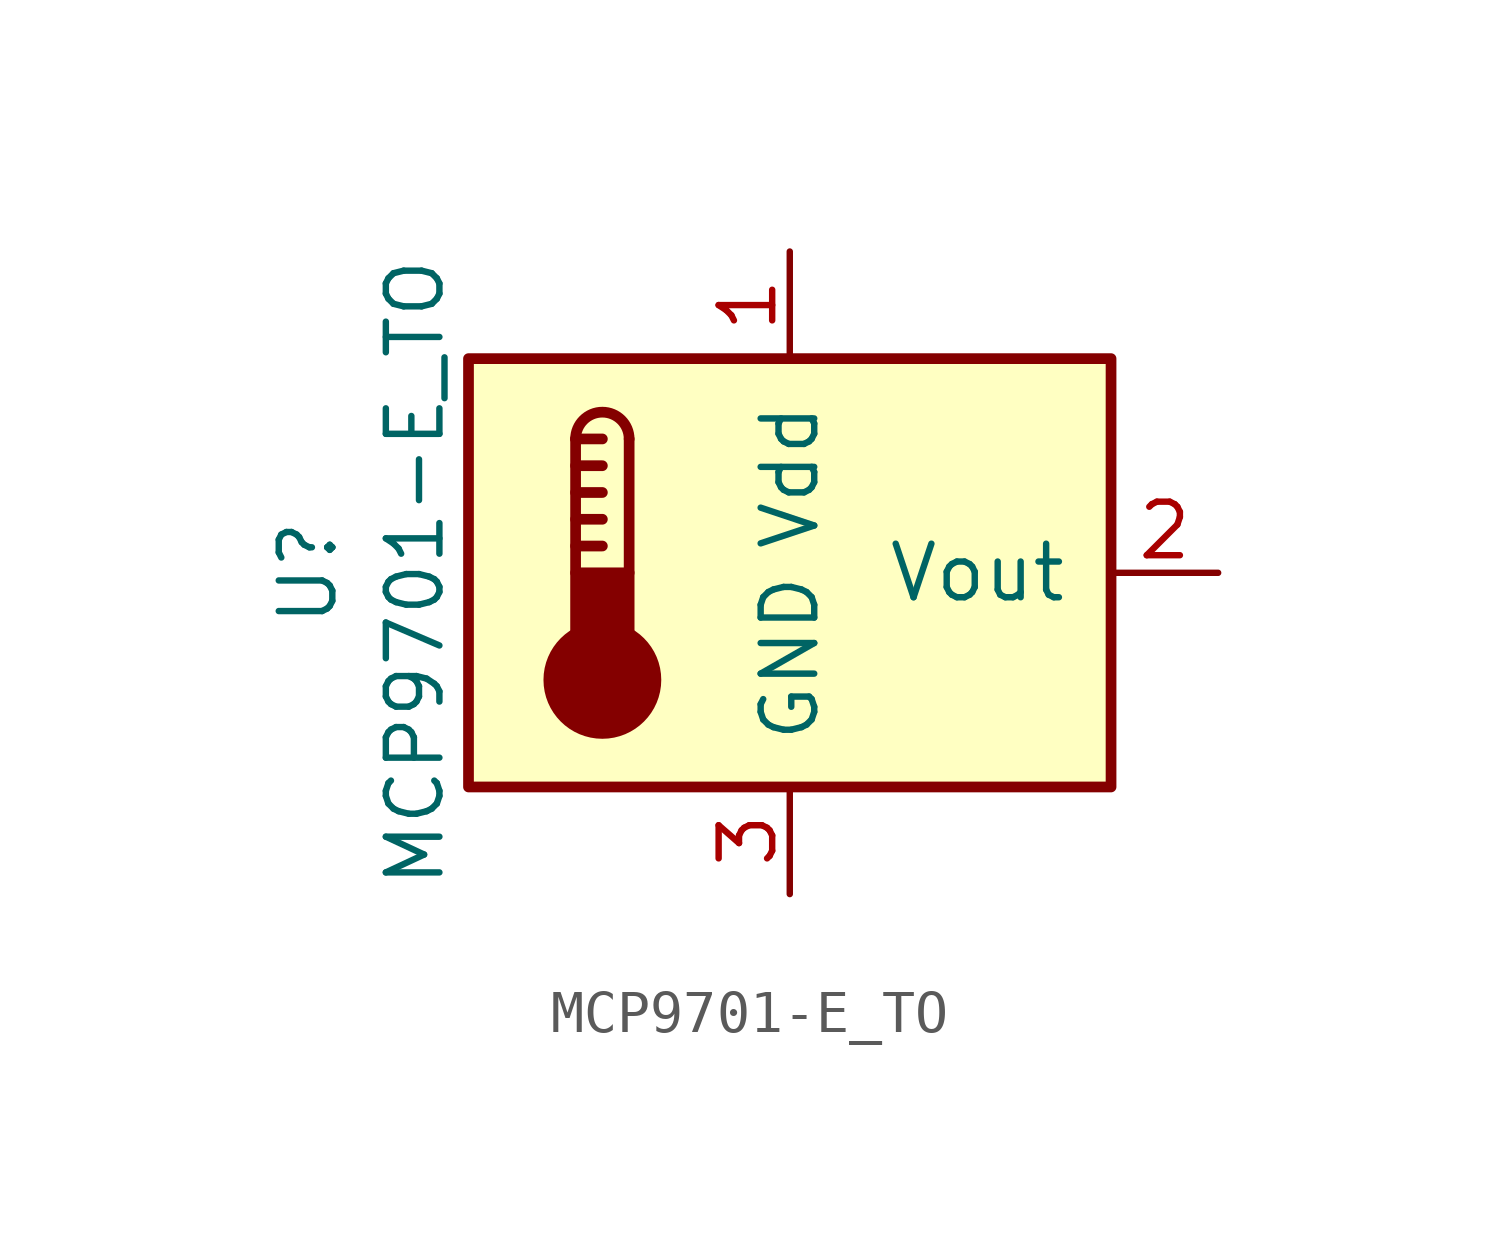
<source format=kicad_sym>
(kicad_symbol_lib
  (version 20211014)
  (generator kicad_symbol_editor)
  (symbol "MCP9701-E_TO"
    (pin_names
      (offset 1.016))
    (property "Reference" "U"
      (at -11.43 0 90)
      (effects (font (size 1.27 1.27))))
    (property "Value" "MCP9701-E_TO"
      (at -8.89 0 90)
      (effects (font (size 1.27 1.27))))
    (symbol "MCP9701-E_TO_1_1"
      (rectangle (start -7.62 5.08) (end 7.62 -5.08) (stroke (width 0.254) (type default) (color 0 0 0 0)) (fill (type background)))
      (circle (center -4.445 -2.54) (radius 1.27) (stroke (width 0.254) (type default) (color 0 0 0 0)) (fill (type outline)))
      (rectangle (start -3.81 -1.905) (end -5.08 0) (stroke (width 0.254) (type default) (color 0 0 0 0)) (fill (type outline)))
      (arc (start -3.81 3.175) (mid -4.445 3.81) (end -5.08 3.175) (stroke (width 0.254) (type default) (color 0 0 0 0)) (fill (type none)))
      (polyline (pts (xy -5.08 0.635) (xy -4.445 0.635)) (stroke (width 0.254) (type default) (color 0 0 0 0)) (fill (type none)))
      (polyline (pts (xy -5.08 1.27) (xy -4.445 1.27)) (stroke (width 0.254) (type default) (color 0 0 0 0)) (fill (type none)))
      (polyline (pts (xy -5.08 1.905) (xy -4.445 1.905)) (stroke (width 0.254) (type default) (color 0 0 0 0)) (fill (type none)))
      (polyline (pts (xy -5.08 2.54) (xy -4.445 2.54)) (stroke (width 0.254) (type default) (color 0 0 0 0)) (fill (type none)))
      (polyline (pts (xy -5.08 3.175) (xy -5.08 0)) (stroke (width 0.254) (type default) (color 0 0 0 0)) (fill (type none)))
      (polyline (pts (xy -5.08 3.175) (xy -4.445 3.175)) (stroke (width 0.254) (type default) (color 0 0 0 0)) (fill (type none)))
      (polyline (pts (xy -3.81 3.175) (xy -3.81 0)) (stroke (width 0.254) (type default) (color 0 0 0 0)) (fill (type none)))
      (pin power_in line (at 0 7.62 270) (length 2.54) (name "Vdd" (effects (font (size 1.27 1.27)))) (number "1" (effects (font (size 1.27 1.27)))))
      (pin output line (at 10.16 0 180) (length 2.54) (name "Vout" (effects (font (size 1.27 1.27)))) (number "2" (effects (font (size 1.27 1.27)))))
      (pin power_in line (at 0 -7.62 90) (length 2.54) (name "GND" (effects (font (size 1.27 1.27)))) (number "3" (effects (font (size 1.27 1.27))))))))
</source>
